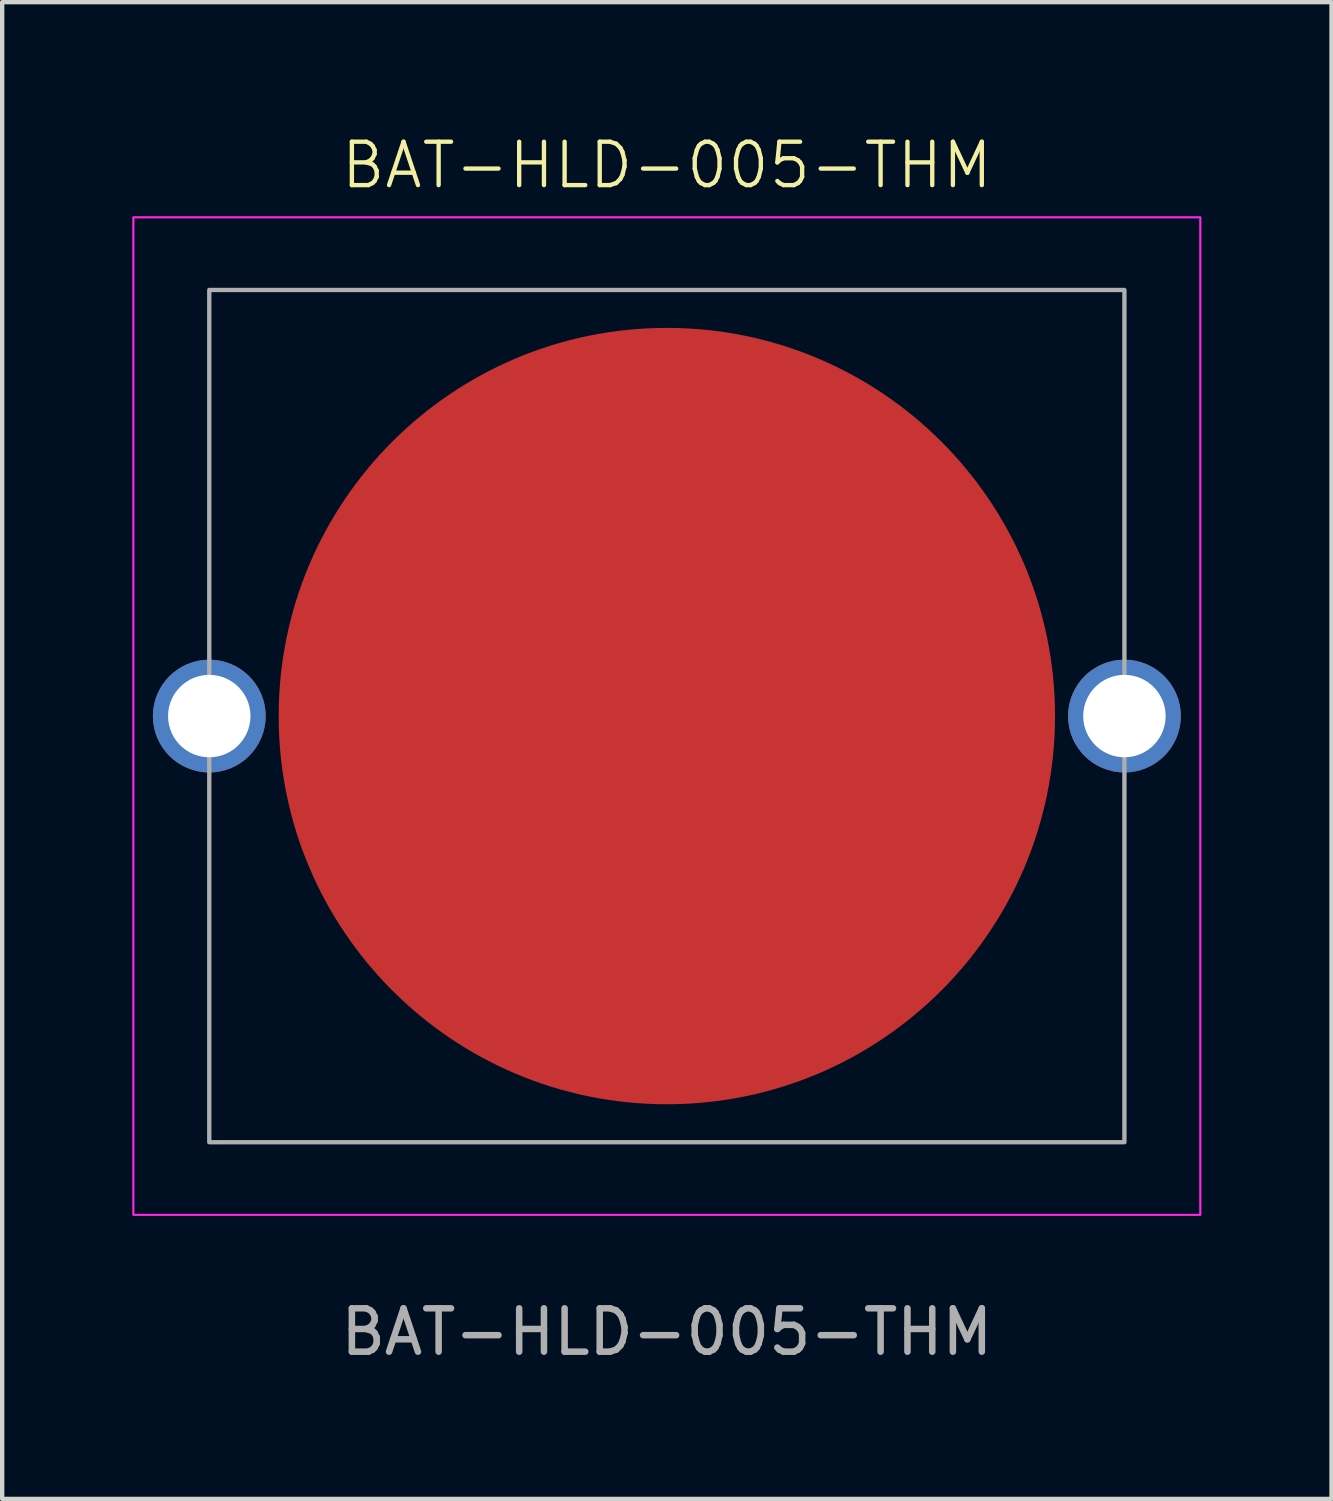
<source format=kicad_pcb>
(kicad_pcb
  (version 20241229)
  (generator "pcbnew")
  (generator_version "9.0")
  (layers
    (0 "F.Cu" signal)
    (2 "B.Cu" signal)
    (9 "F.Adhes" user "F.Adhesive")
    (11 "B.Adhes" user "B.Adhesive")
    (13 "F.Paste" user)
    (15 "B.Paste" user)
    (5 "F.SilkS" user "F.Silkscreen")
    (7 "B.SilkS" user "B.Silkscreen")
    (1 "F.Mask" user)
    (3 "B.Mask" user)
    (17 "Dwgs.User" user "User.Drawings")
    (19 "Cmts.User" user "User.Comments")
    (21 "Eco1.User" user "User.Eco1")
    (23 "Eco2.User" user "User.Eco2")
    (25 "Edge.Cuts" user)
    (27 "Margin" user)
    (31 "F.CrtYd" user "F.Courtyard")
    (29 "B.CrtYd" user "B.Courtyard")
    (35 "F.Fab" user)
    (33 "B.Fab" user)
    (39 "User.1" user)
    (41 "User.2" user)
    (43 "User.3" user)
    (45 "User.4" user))
  (footprint "BAT-HLD-005-THM"
    (layer "F.Cu")
    (at 12.325 13.46)
    (property "Reference" "BAT-HLD-005-THM" (at 0 -12.7 0) (unlocked yes) (layer "F.SilkS") (effects (font (size 1 1) (thickness 0.1))))
    (attr through_hole)
    (fp_rect (start -12.3 -11.5) (end 12.3 11.5) (stroke (width 0.05) (type default)) (fill no) (layer "F.CrtYd"))
    (fp_rect (start -10.55 -9.825) (end 10.55 9.825) (stroke (width 0.1) (type default)) (fill no) (layer "F.Fab"))
    (fp_text user "${REFERENCE}" (at 0 14.2 0) (unlocked yes) (layer "F.Fab") (effects (font (size 1 1) (thickness 0.15))))
    (pad "1" smd circle (at 0 0) (size 17.9 17.9) (layers "F.Cu" "F.Mask" "F.Paste"))
    (pad "2" thru_hole circle (at -10.55 0) (size 2.6 2.6) (drill 1.9) (layers "*.Cu" "*.Mask"))
    (pad "2" thru_hole circle (at 10.55 0) (size 2.6 2.6) (drill 1.9) (layers "*.Cu" "*.Mask")))
  (gr_rect
    (start -3 -3)
    (end 27.65 31.509)
    (stroke (width 0.1) (type default))
    (fill no)
    (layer "Edge.Cuts")))
</source>
